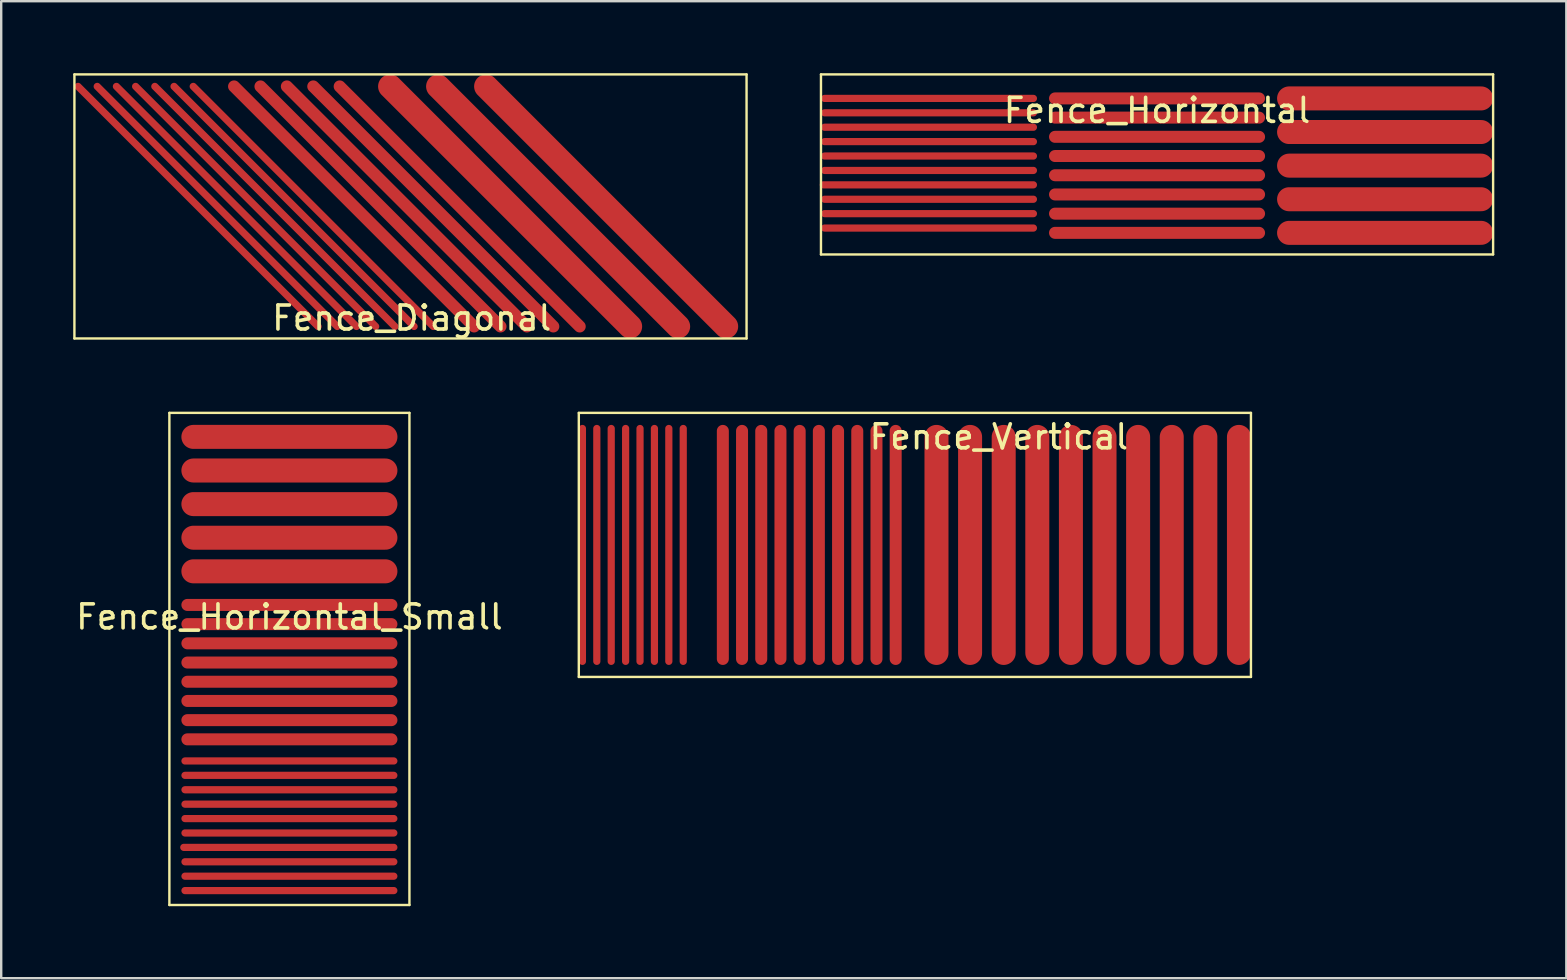
<source format=kicad_pcb>
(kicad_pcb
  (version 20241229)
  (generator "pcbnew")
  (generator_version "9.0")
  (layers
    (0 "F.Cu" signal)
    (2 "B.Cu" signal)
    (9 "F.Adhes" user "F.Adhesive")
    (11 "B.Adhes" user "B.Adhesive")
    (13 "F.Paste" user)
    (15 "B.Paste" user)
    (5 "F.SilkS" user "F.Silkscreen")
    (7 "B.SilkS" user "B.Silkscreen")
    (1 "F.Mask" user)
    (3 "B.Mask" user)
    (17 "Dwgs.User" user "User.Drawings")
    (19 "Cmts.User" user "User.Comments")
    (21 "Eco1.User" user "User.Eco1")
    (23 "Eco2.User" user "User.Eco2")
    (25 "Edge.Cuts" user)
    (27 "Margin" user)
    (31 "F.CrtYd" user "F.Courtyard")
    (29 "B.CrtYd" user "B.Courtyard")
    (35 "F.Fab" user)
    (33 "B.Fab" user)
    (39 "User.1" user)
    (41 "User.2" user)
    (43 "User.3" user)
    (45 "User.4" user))
  (footprint "Fence_Diagonal"
    (layer "F.Cu")
    (at 14.05 0.55)
    (property "Reference" "Fence_Diagonal" (at 0.05 9.65 0) (layer "F.SilkS") (effects (font (size 1 1) (thickness 0.15))))
    (attr through_hole)
    (fp_line (start -13.85 0) (end -3.85 10) (stroke (width 0.3) (type solid)) (layer "F.Cu"))
    (fp_line (start -13.05 0) (end -3.05 10) (stroke (width 0.3) (type solid)) (layer "F.Cu"))
    (fp_line (start -12.25 0) (end -2.25 10) (stroke (width 0.3) (type solid)) (layer "F.Cu"))
    (fp_line (start -11.45 0) (end -1.45 10) (stroke (width 0.3) (type solid)) (layer "F.Cu"))
    (fp_line (start -10.65 0) (end -0.65 10) (stroke (width 0.3) (type solid)) (layer "F.Cu"))
    (fp_line (start -9.85 0) (end 0.15 10) (stroke (width 0.3) (type solid)) (layer "F.Cu"))
    (fp_line (start -9.05 0) (end 0.95 10) (stroke (width 0.3) (type solid)) (layer "F.Cu"))
    (fp_line (start -7.35 0) (end 2.65 10) (stroke (width 0.5) (type solid)) (layer "F.Cu"))
    (fp_line (start -6.25 0) (end 3.75 10) (stroke (width 0.5) (type solid)) (layer "F.Cu"))
    (fp_line (start -5.15 0) (end 4.85 10) (stroke (width 0.5) (type solid)) (layer "F.Cu"))
    (fp_line (start -4.05 0) (end 5.95 10) (stroke (width 0.5) (type solid)) (layer "F.Cu"))
    (fp_line (start -2.95 0) (end 7.05 10) (stroke (width 0.5) (type solid)) (layer "F.Cu"))
    (fp_line (start -0.85 0) (end 9.15 10) (stroke (width 1) (type solid)) (layer "F.Cu"))
    (fp_line (start 1.15 0) (end 11.15 10) (stroke (width 1) (type solid)) (layer "F.Cu"))
    (fp_line (start 3.15 0) (end 13.15 10) (stroke (width 1) (type solid)) (layer "F.Cu"))
    (fp_line (start -14 -0.5) (end -14 10.5) (stroke (width 0.1) (type solid)) (layer "F.SilkS"))
    (fp_line (start -14 -0.5) (end 14 -0.5) (stroke (width 0.1) (type solid)) (layer "F.SilkS"))
    (fp_line (start -14 10.5) (end 14 10.5) (stroke (width 0.1) (type solid)) (layer "F.SilkS"))
    (fp_line (start 14 -0.5) (end 14 10.5) (stroke (width 0.1) (type solid)) (layer "F.SilkS")))
  (footprint "Fence_Horizontal"
    (layer "F.Cu")
    (at 45.15 1.05)
    (property "Reference" "Fence_Horizontal" (at 0 0.5 0) (layer "F.SilkS") (effects (font (size 1 1) (thickness 0.15))))
    (attr through_hole)
    (fp_line (start -13.9 3.6) (end -5.15 3.6) (stroke (width 0.3) (type solid)) (layer "F.Cu"))
    (fp_line (start -13.85 0) (end -5.15 0) (stroke (width 0.3) (type solid)) (layer "F.Cu"))
    (fp_line (start -13.85 0.6) (end -5.15 0.6) (stroke (width 0.3) (type solid)) (layer "F.Cu"))
    (fp_line (start -13.85 1.2) (end -5.15 1.2) (stroke (width 0.3) (type solid)) (layer "F.Cu"))
    (fp_line (start -13.85 1.8) (end -5.15 1.8) (stroke (width 0.3) (type solid)) (layer "F.Cu"))
    (fp_line (start -13.85 2.4) (end -5.15 2.4) (stroke (width 0.3) (type solid)) (layer "F.Cu"))
    (fp_line (start -13.85 3) (end -5.15 3) (stroke (width 0.3) (type solid)) (layer "F.Cu"))
    (fp_line (start -13.85 4.2) (end -5.15 4.2) (stroke (width 0.3) (type solid)) (layer "F.Cu"))
    (fp_line (start -13.85 4.8) (end -5.15 4.8) (stroke (width 0.3) (type solid)) (layer "F.Cu"))
    (fp_line (start -13.85 5.4) (end -5.15 5.4) (stroke (width 0.3) (type solid)) (layer "F.Cu"))
    (fp_line (start -4.25 0) (end 4.25 0) (stroke (width 0.5) (type solid)) (layer "F.Cu"))
    (fp_line (start -4.25 0.8) (end 4.25 0.8) (stroke (width 0.5) (type solid)) (layer "F.Cu"))
    (fp_line (start -4.25 1.6) (end 4.25 1.6) (stroke (width 0.5) (type solid)) (layer "F.Cu"))
    (fp_line (start -4.25 2.4) (end 4.25 2.4) (stroke (width 0.5) (type solid)) (layer "F.Cu"))
    (fp_line (start -4.25 3.2) (end 4.25 3.2) (stroke (width 0.5) (type solid)) (layer "F.Cu"))
    (fp_line (start -4.25 4) (end 4.25 4) (stroke (width 0.5) (type solid)) (layer "F.Cu"))
    (fp_line (start -4.25 4.8) (end 4.25 4.8) (stroke (width 0.5) (type solid)) (layer "F.Cu"))
    (fp_line (start -4.25 5.6) (end 4.25 5.6) (stroke (width 0.5) (type solid)) (layer "F.Cu"))
    (fp_line (start 5.5 0) (end 13.5 0) (stroke (width 1) (type solid)) (layer "F.Cu"))
    (fp_line (start 5.5 1.4) (end 13.5 1.4) (stroke (width 1) (type solid)) (layer "F.Cu"))
    (fp_line (start 5.5 2.8) (end 13.5 2.8) (stroke (width 1) (type solid)) (layer "F.Cu"))
    (fp_line (start 5.5 4.2) (end 13.5 4.2) (stroke (width 1) (type solid)) (layer "F.Cu"))
    (fp_line (start 5.5 5.6) (end 13.5 5.6) (stroke (width 1) (type solid)) (layer "F.Cu"))
    (fp_line (start -14 -1) (end -14 6.5) (stroke (width 0.1) (type solid)) (layer "F.SilkS"))
    (fp_line (start -14 6.5) (end 14 6.5) (stroke (width 0.1) (type solid)) (layer "F.SilkS"))
    (fp_line (start 14 -1) (end -14 -1) (stroke (width 0.1) (type solid)) (layer "F.SilkS"))
    (fp_line (start 14 6.5) (end 14 -1) (stroke (width 0.1) (type solid)) (layer "F.SilkS")))
  (footprint "Fence_Vertical"
    (layer "F.Cu")
    (at 35.062 14.65)
    (property "Reference" "Fence_Vertical" (at 3.5 0.5 0) (layer "F.SilkS") (effects (font (size 1 1) (thickness 0.15))))
    (attr through_hole)
    (fp_line (start -13.85 0.15) (end -13.85 9.85) (stroke (width 0.3) (type solid)) (layer "F.Cu"))
    (fp_line (start -13.25 0.15) (end -13.25 9.85) (stroke (width 0.3) (type solid)) (layer "F.Cu"))
    (fp_line (start -12.65 0.15) (end -12.65 9.85) (stroke (width 0.3) (type solid)) (layer "F.Cu"))
    (fp_line (start -12.05 0.15) (end -12.05 9.85) (stroke (width 0.3) (type solid)) (layer "F.Cu"))
    (fp_line (start -11.45 0.15) (end -11.45 9.85) (stroke (width 0.3) (type solid)) (layer "F.Cu"))
    (fp_line (start -10.85 0.15) (end -10.85 9.85) (stroke (width 0.3) (type solid)) (layer "F.Cu"))
    (fp_line (start -10.25 0.15) (end -10.25 9.85) (stroke (width 0.3) (type solid)) (layer "F.Cu"))
    (fp_line (start -9.65 0.15) (end -9.65 9.85) (stroke (width 0.3) (type solid)) (layer "F.Cu"))
    (fp_line (start -8 0.25) (end -8 9.75) (stroke (width 0.5) (type solid)) (layer "F.Cu"))
    (fp_line (start -7.2 0.25) (end -7.2 9.75) (stroke (width 0.5) (type solid)) (layer "F.Cu"))
    (fp_line (start -6.4 0.25) (end -6.4 9.75) (stroke (width 0.5) (type solid)) (layer "F.Cu"))
    (fp_line (start -5.6 0.25) (end -5.6 9.75) (stroke (width 0.5) (type solid)) (layer "F.Cu"))
    (fp_line (start -4.8 0.25) (end -4.8 9.75) (stroke (width 0.5) (type solid)) (layer "F.Cu"))
    (fp_line (start -4 0.25) (end -4 9.75) (stroke (width 0.5) (type solid)) (layer "F.Cu"))
    (fp_line (start -3.2 0.25) (end -3.2 9.75) (stroke (width 0.5) (type solid)) (layer "F.Cu"))
    (fp_line (start -2.4 0.25) (end -2.4 9.75) (stroke (width 0.5) (type solid)) (layer "F.Cu"))
    (fp_line (start -1.6 0.25) (end -1.6 9.75) (stroke (width 0.5) (type solid)) (layer "F.Cu"))
    (fp_line (start -0.8 0.25) (end -0.8 9.75) (stroke (width 0.5) (type solid)) (layer "F.Cu"))
    (fp_line (start 0.9 0.5) (end 0.9 9.5) (stroke (width 1) (type solid)) (layer "F.Cu"))
    (fp_line (start 2.3 0.5) (end 2.3 9.5) (stroke (width 1) (type solid)) (layer "F.Cu"))
    (fp_line (start 3.7 0.5) (end 3.7 9.5) (stroke (width 1) (type solid)) (layer "F.Cu"))
    (fp_line (start 5.1 0.5) (end 5.1 9.5) (stroke (width 1) (type solid)) (layer "F.Cu"))
    (fp_line (start 6.5 0.5) (end 6.5 9.5) (stroke (width 1) (type solid)) (layer "F.Cu"))
    (fp_line (start 7.9 0.5) (end 7.9 9.5) (stroke (width 1) (type solid)) (layer "F.Cu"))
    (fp_line (start 9.3 0.5) (end 9.3 9.5) (stroke (width 1) (type solid)) (layer "F.Cu"))
    (fp_line (start 10.7 0.5) (end 10.7 9.5) (stroke (width 1) (type solid)) (layer "F.Cu"))
    (fp_line (start 12.1 0.5) (end 12.1 9.5) (stroke (width 1) (type solid)) (layer "F.Cu"))
    (fp_line (start 13.5 0.5) (end 13.5 9.5) (stroke (width 1) (type solid)) (layer "F.Cu"))
    (fp_line (start -14 -0.5) (end -14 10.5) (stroke (width 0.1) (type solid)) (layer "F.SilkS"))
    (fp_line (start -14 10.5) (end 14 10.5) (stroke (width 0.1) (type solid)) (layer "F.SilkS"))
    (fp_line (start 14 -0.5) (end -14 -0.5) (stroke (width 0.1) (type solid)) (layer "F.SilkS"))
    (fp_line (start 14 10.5) (end 14 -0.5) (stroke (width 0.1) (type solid)) (layer "F.SilkS")))
  (footprint "Fence_Horizontal_Small"
    (layer "F.Cu")
    (at 9.006 15.15)
    (property "Reference" "Fence_Horizontal_Small" (at 0 7.5 0) (layer "F.SilkS") (effects (font (size 1 1) (thickness 0.15))))
    (attr through_hole)
    (fp_line (start -4.4 17.1) (end 4.35 17.1) (stroke (width 0.3) (type solid)) (layer "F.Cu"))
    (fp_line (start -4.35 13.5) (end 4.35 13.5) (stroke (width 0.3) (type solid)) (layer "F.Cu"))
    (fp_line (start -4.35 14.1) (end 4.35 14.1) (stroke (width 0.3) (type solid)) (layer "F.Cu"))
    (fp_line (start -4.35 14.7) (end 4.35 14.7) (stroke (width 0.3) (type solid)) (layer "F.Cu"))
    (fp_line (start -4.35 15.3) (end 4.35 15.3) (stroke (width 0.3) (type solid)) (layer "F.Cu"))
    (fp_line (start -4.35 15.9) (end 4.35 15.9) (stroke (width 0.3) (type solid)) (layer "F.Cu"))
    (fp_line (start -4.35 16.5) (end 4.35 16.5) (stroke (width 0.3) (type solid)) (layer "F.Cu"))
    (fp_line (start -4.35 17.7) (end 4.35 17.7) (stroke (width 0.3) (type solid)) (layer "F.Cu"))
    (fp_line (start -4.35 18.3) (end 4.35 18.3) (stroke (width 0.3) (type solid)) (layer "F.Cu"))
    (fp_line (start -4.35 18.9) (end 4.35 18.9) (stroke (width 0.3) (type solid)) (layer "F.Cu"))
    (fp_line (start -4.25 7) (end 4.25 7) (stroke (width 0.5) (type solid)) (layer "F.Cu"))
    (fp_line (start -4.25 7.8) (end 4.25 7.8) (stroke (width 0.5) (type solid)) (layer "F.Cu"))
    (fp_line (start -4.25 8.6) (end 4.25 8.6) (stroke (width 0.5) (type solid)) (layer "F.Cu"))
    (fp_line (start -4.25 9.4) (end 4.25 9.4) (stroke (width 0.5) (type solid)) (layer "F.Cu"))
    (fp_line (start -4.25 10.2) (end 4.25 10.2) (stroke (width 0.5) (type solid)) (layer "F.Cu"))
    (fp_line (start -4.25 11) (end 4.25 11) (stroke (width 0.5) (type solid)) (layer "F.Cu"))
    (fp_line (start -4.25 11.8) (end 4.25 11.8) (stroke (width 0.5) (type solid)) (layer "F.Cu"))
    (fp_line (start -4.25 12.6) (end 4.25 12.6) (stroke (width 0.5) (type solid)) (layer "F.Cu"))
    (fp_line (start -4 0) (end 4 0) (stroke (width 1) (type solid)) (layer "F.Cu"))
    (fp_line (start -4 1.4) (end 4 1.4) (stroke (width 1) (type solid)) (layer "F.Cu"))
    (fp_line (start -4 2.8) (end 4 2.8) (stroke (width 1) (type solid)) (layer "F.Cu"))
    (fp_line (start -4 4.2) (end 4 4.2) (stroke (width 1) (type solid)) (layer "F.Cu"))
    (fp_line (start -4 5.6) (end 4 5.6) (stroke (width 1) (type solid)) (layer "F.Cu"))
    (fp_line (start -5 -1) (end -5 19.5) (stroke (width 0.1) (type solid)) (layer "F.SilkS"))
    (fp_line (start -5 19.5) (end 5 19.5) (stroke (width 0.1) (type solid)) (layer "F.SilkS"))
    (fp_line (start 5 -1) (end -5 -1) (stroke (width 0.1) (type solid)) (layer "F.SilkS"))
    (fp_line (start 5 19.5) (end 5 -1) (stroke (width 0.1) (type solid)) (layer "F.SilkS")))
  (gr_rect
    (start -3 -3)
    (end 62.2 37.7)
    (stroke (width 0.1) (type default))
    (fill no)
    (layer "Edge.Cuts")))
</source>
